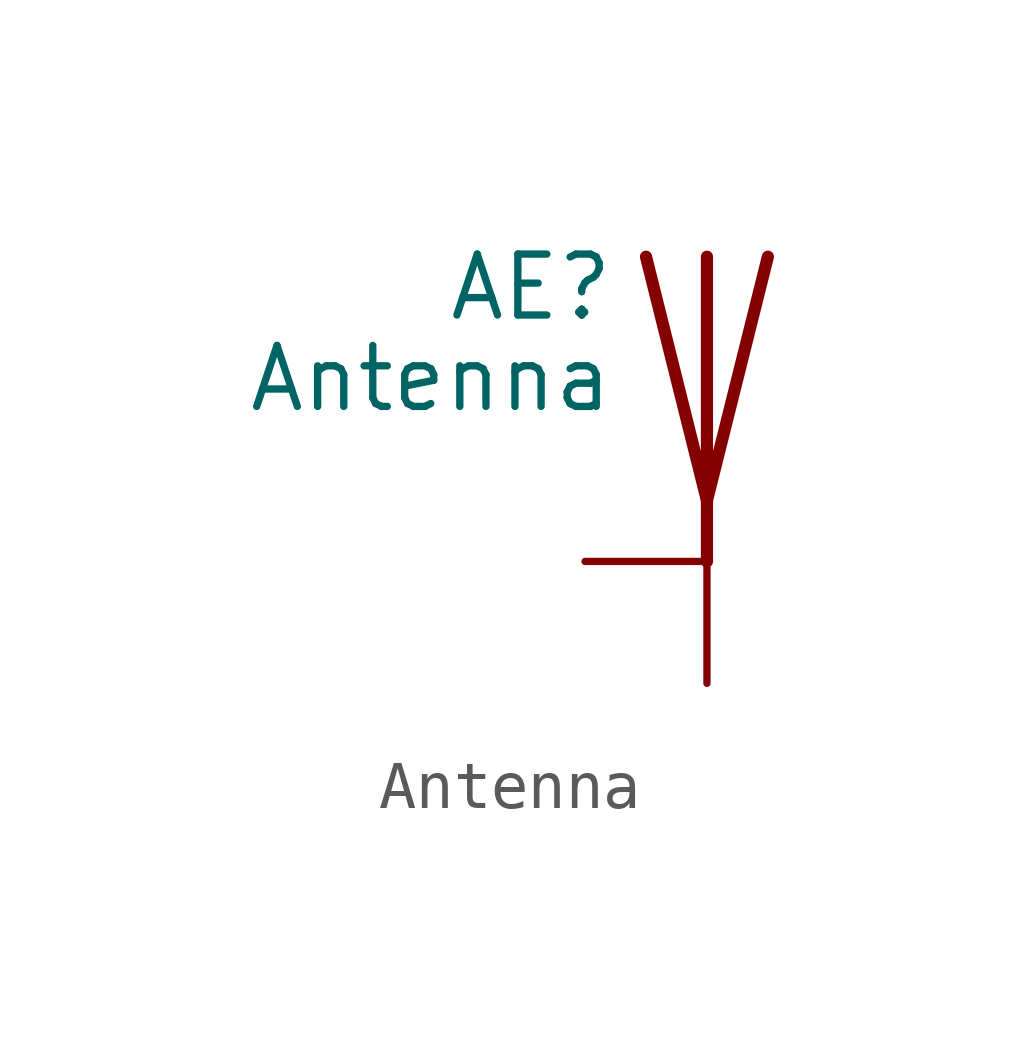
<source format=kicad_sym>
(kicad_symbol_lib
  (version 20231120)
  (generator "kicad_symbol_editor")
  (generator_version "8.0")
  (symbol "Antenna"
    (pin_numbers hide)
    (pin_names
      (offset 1.016) hide)
    (property "Reference" "AE"
      (at -1.905 1.905 0)
      (effects (font (size 1.27 1.27)) (justify right)))
    (property "Value" "Antenna"
      (at -1.905 0 0)
      (effects (font (size 1.27 1.27)) (justify right)))
    (symbol "Antenna_0_1"
      (polyline (pts (xy 0 2.54) (xy 0 -3.81)) (stroke (width 0.254) (type default)) (fill (type none)))
      (polyline (pts (xy 1.27 2.54) (xy 0 -2.54) (xy -1.27 2.54)) (stroke (width 0.254) (type default)) (fill (type none))))
    (symbol "Antenna_1_1"
      (pin input line (at -2.54 -3.81 0) (length 2.54) (name "A" (effects (font (size 1.27 1.27)))) (number "1" (effects (font (size 1.27 1.27)))))
      (pin power_in line (at 0 -6.35 90) (length 2.54) (name "A" (effects (font (size 1.27 1.27)))) (number "2" (effects (font (size 1.27 1.27))))))))
</source>
